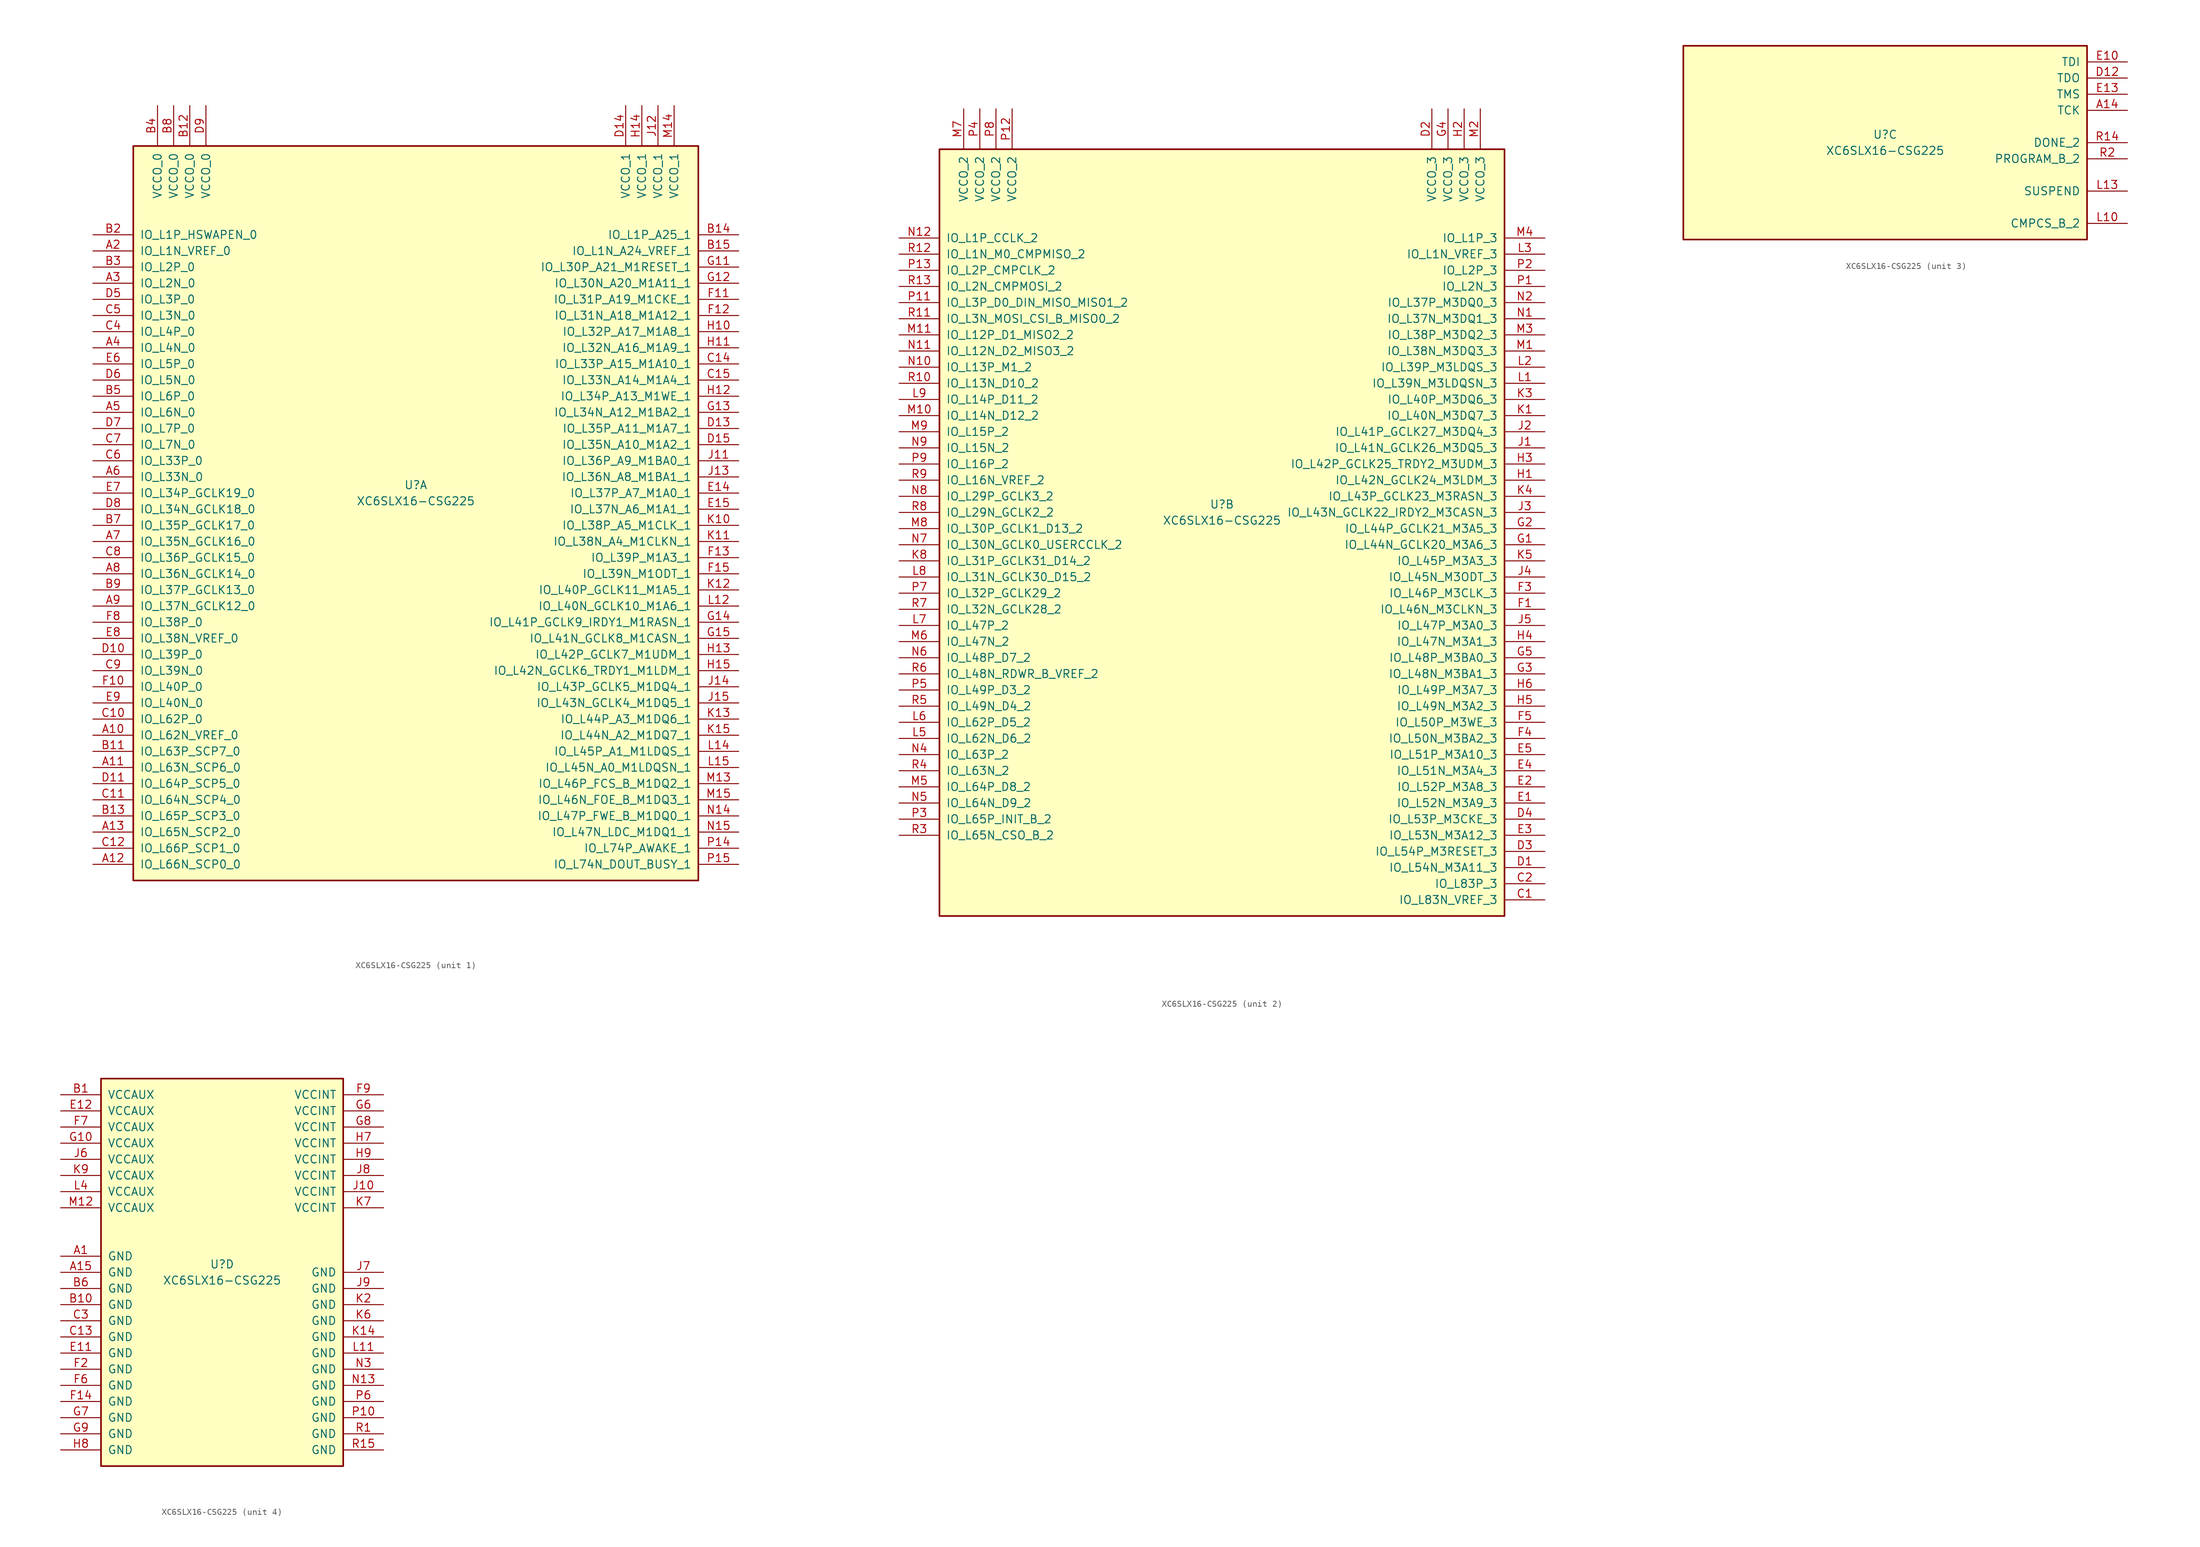
<source format=kicad_sym>
(kicad_symbol_lib
  (version 20201005)
  (generator kicad_symbol_editor)
  (symbol "XC6SLX16-CSG225"
    (pin_names
      (offset 1.016))
    (property "Reference" "U"
      (at 0 1.27 0)
      (effects (font (size 1.27 1.27))))
    (property "Value" "XC6SLX16-CSG225"
      (at 0 -1.27 0)
      (effects (font (size 1.27 1.27))))
    (property "Datasheet" ""
      (at 0 0 0)
      (effects (font (size 1.27 1.27))))
    (property "ki_locked" ""
      (at 0 0 0)
      (effects (font (size 1.27 1.27))))
    (symbol "XC6SLX16-CSG225_1_1"
      (rectangle (start -44.45 54.61) (end 44.45 -60.96) (stroke (width 0.254)) (fill (type background)))
      (pin bidirectional line (at -50.8 -38.1 0) (length 6.35) (name "IO_L62N_VREF_0" (effects (font (size 1.27 1.27)))) (number "A10" (effects (font (size 1.27 1.27)))))
      (pin bidirectional line (at -50.8 -43.18 0) (length 6.35) (name "IO_L63N_SCP6_0" (effects (font (size 1.27 1.27)))) (number "A11" (effects (font (size 1.27 1.27)))))
      (pin bidirectional line (at -50.8 -58.42 0) (length 6.35) (name "IO_L66N_SCP0_0" (effects (font (size 1.27 1.27)))) (number "A12" (effects (font (size 1.27 1.27)))))
      (pin bidirectional line (at -50.8 -53.34 0) (length 6.35) (name "IO_L65N_SCP2_0" (effects (font (size 1.27 1.27)))) (number "A13" (effects (font (size 1.27 1.27)))))
      (pin bidirectional line (at -50.8 38.1 0) (length 6.35) (name "IO_L1N_VREF_0" (effects (font (size 1.27 1.27)))) (number "A2" (effects (font (size 1.27 1.27)))))
      (pin bidirectional line (at -50.8 33.02 0) (length 6.35) (name "IO_L2N_0" (effects (font (size 1.27 1.27)))) (number "A3" (effects (font (size 1.27 1.27)))))
      (pin bidirectional line (at -50.8 22.86 0) (length 6.35) (name "IO_L4N_0" (effects (font (size 1.27 1.27)))) (number "A4" (effects (font (size 1.27 1.27)))))
      (pin bidirectional line (at -50.8 12.7 0) (length 6.35) (name "IO_L6N_0" (effects (font (size 1.27 1.27)))) (number "A5" (effects (font (size 1.27 1.27)))))
      (pin bidirectional line (at -50.8 2.54 0) (length 6.35) (name "IO_L33N_0" (effects (font (size 1.27 1.27)))) (number "A6" (effects (font (size 1.27 1.27)))))
      (pin bidirectional line (at -50.8 -7.62 0) (length 6.35) (name "IO_L35N_GCLK16_0" (effects (font (size 1.27 1.27)))) (number "A7" (effects (font (size 1.27 1.27)))))
      (pin bidirectional line (at -50.8 -12.7 0) (length 6.35) (name "IO_L36N_GCLK14_0" (effects (font (size 1.27 1.27)))) (number "A8" (effects (font (size 1.27 1.27)))))
      (pin bidirectional line (at -50.8 -17.78 0) (length 6.35) (name "IO_L37N_GCLK12_0" (effects (font (size 1.27 1.27)))) (number "A9" (effects (font (size 1.27 1.27)))))
      (pin bidirectional line (at -50.8 -40.64 0) (length 6.35) (name "IO_L63P_SCP7_0" (effects (font (size 1.27 1.27)))) (number "B11" (effects (font (size 1.27 1.27)))))
      (pin power_in line (at -35.56 60.96 270) (length 6.35) (name "VCCO_0" (effects (font (size 1.27 1.27)))) (number "B12" (effects (font (size 1.27 1.27)))))
      (pin bidirectional line (at -50.8 -50.8 0) (length 6.35) (name "IO_L65P_SCP3_0" (effects (font (size 1.27 1.27)))) (number "B13" (effects (font (size 1.27 1.27)))))
      (pin bidirectional line (at 50.8 40.64 180) (length 6.35) (name "IO_L1P_A25_1" (effects (font (size 1.27 1.27)))) (number "B14" (effects (font (size 1.27 1.27)))))
      (pin bidirectional line (at 50.8 38.1 180) (length 6.35) (name "IO_L1N_A24_VREF_1" (effects (font (size 1.27 1.27)))) (number "B15" (effects (font (size 1.27 1.27)))))
      (pin bidirectional line (at -50.8 40.64 0) (length 6.35) (name "IO_L1P_HSWAPEN_0" (effects (font (size 1.27 1.27)))) (number "B2" (effects (font (size 1.27 1.27)))))
      (pin bidirectional line (at -50.8 35.56 0) (length 6.35) (name "IO_L2P_0" (effects (font (size 1.27 1.27)))) (number "B3" (effects (font (size 1.27 1.27)))))
      (pin power_in line (at -40.64 60.96 270) (length 6.35) (name "VCCO_0" (effects (font (size 1.27 1.27)))) (number "B4" (effects (font (size 1.27 1.27)))))
      (pin bidirectional line (at -50.8 15.24 0) (length 6.35) (name "IO_L6P_0" (effects (font (size 1.27 1.27)))) (number "B5" (effects (font (size 1.27 1.27)))))
      (pin bidirectional line (at -50.8 -5.08 0) (length 6.35) (name "IO_L35P_GCLK17_0" (effects (font (size 1.27 1.27)))) (number "B7" (effects (font (size 1.27 1.27)))))
      (pin power_in line (at -38.1 60.96 270) (length 6.35) (name "VCCO_0" (effects (font (size 1.27 1.27)))) (number "B8" (effects (font (size 1.27 1.27)))))
      (pin bidirectional line (at -50.8 -15.24 0) (length 6.35) (name "IO_L37P_GCLK13_0" (effects (font (size 1.27 1.27)))) (number "B9" (effects (font (size 1.27 1.27)))))
      (pin bidirectional line (at -50.8 -35.56 0) (length 6.35) (name "IO_L62P_0" (effects (font (size 1.27 1.27)))) (number "C10" (effects (font (size 1.27 1.27)))))
      (pin bidirectional line (at -50.8 -48.26 0) (length 6.35) (name "IO_L64N_SCP4_0" (effects (font (size 1.27 1.27)))) (number "C11" (effects (font (size 1.27 1.27)))))
      (pin bidirectional line (at -50.8 -55.88 0) (length 6.35) (name "IO_L66P_SCP1_0" (effects (font (size 1.27 1.27)))) (number "C12" (effects (font (size 1.27 1.27)))))
      (pin bidirectional line (at 50.8 20.32 180) (length 6.35) (name "IO_L33P_A15_M1A10_1" (effects (font (size 1.27 1.27)))) (number "C14" (effects (font (size 1.27 1.27)))))
      (pin bidirectional line (at 50.8 17.78 180) (length 6.35) (name "IO_L33N_A14_M1A4_1" (effects (font (size 1.27 1.27)))) (number "C15" (effects (font (size 1.27 1.27)))))
      (pin bidirectional line (at -50.8 25.4 0) (length 6.35) (name "IO_L4P_0" (effects (font (size 1.27 1.27)))) (number "C4" (effects (font (size 1.27 1.27)))))
      (pin bidirectional line (at -50.8 27.94 0) (length 6.35) (name "IO_L3N_0" (effects (font (size 1.27 1.27)))) (number "C5" (effects (font (size 1.27 1.27)))))
      (pin bidirectional line (at -50.8 5.08 0) (length 6.35) (name "IO_L33P_0" (effects (font (size 1.27 1.27)))) (number "C6" (effects (font (size 1.27 1.27)))))
      (pin bidirectional line (at -50.8 7.62 0) (length 6.35) (name "IO_L7N_0" (effects (font (size 1.27 1.27)))) (number "C7" (effects (font (size 1.27 1.27)))))
      (pin bidirectional line (at -50.8 -10.16 0) (length 6.35) (name "IO_L36P_GCLK15_0" (effects (font (size 1.27 1.27)))) (number "C8" (effects (font (size 1.27 1.27)))))
      (pin bidirectional line (at -50.8 -27.94 0) (length 6.35) (name "IO_L39N_0" (effects (font (size 1.27 1.27)))) (number "C9" (effects (font (size 1.27 1.27)))))
      (pin bidirectional line (at -50.8 -25.4 0) (length 6.35) (name "IO_L39P_0" (effects (font (size 1.27 1.27)))) (number "D10" (effects (font (size 1.27 1.27)))))
      (pin bidirectional line (at -50.8 -45.72 0) (length 6.35) (name "IO_L64P_SCP5_0" (effects (font (size 1.27 1.27)))) (number "D11" (effects (font (size 1.27 1.27)))))
      (pin bidirectional line (at 50.8 10.16 180) (length 6.35) (name "IO_L35P_A11_M1A7_1" (effects (font (size 1.27 1.27)))) (number "D13" (effects (font (size 1.27 1.27)))))
      (pin power_in line (at 33.02 60.96 270) (length 6.35) (name "VCCO_1" (effects (font (size 1.27 1.27)))) (number "D14" (effects (font (size 1.27 1.27)))))
      (pin bidirectional line (at 50.8 7.62 180) (length 6.35) (name "IO_L35N_A10_M1A2_1" (effects (font (size 1.27 1.27)))) (number "D15" (effects (font (size 1.27 1.27)))))
      (pin bidirectional line (at -50.8 30.48 0) (length 6.35) (name "IO_L3P_0" (effects (font (size 1.27 1.27)))) (number "D5" (effects (font (size 1.27 1.27)))))
      (pin bidirectional line (at -50.8 17.78 0) (length 6.35) (name "IO_L5N_0" (effects (font (size 1.27 1.27)))) (number "D6" (effects (font (size 1.27 1.27)))))
      (pin bidirectional line (at -50.8 10.16 0) (length 6.35) (name "IO_L7P_0" (effects (font (size 1.27 1.27)))) (number "D7" (effects (font (size 1.27 1.27)))))
      (pin bidirectional line (at -50.8 -2.54 0) (length 6.35) (name "IO_L34N_GCLK18_0" (effects (font (size 1.27 1.27)))) (number "D8" (effects (font (size 1.27 1.27)))))
      (pin power_in line (at -33.02 60.96 270) (length 6.35) (name "VCCO_0" (effects (font (size 1.27 1.27)))) (number "D9" (effects (font (size 1.27 1.27)))))
      (pin bidirectional line (at 50.8 0 180) (length 6.35) (name "IO_L37P_A7_M1A0_1" (effects (font (size 1.27 1.27)))) (number "E14" (effects (font (size 1.27 1.27)))))
      (pin bidirectional line (at 50.8 -2.54 180) (length 6.35) (name "IO_L37N_A6_M1A1_1" (effects (font (size 1.27 1.27)))) (number "E15" (effects (font (size 1.27 1.27)))))
      (pin bidirectional line (at -50.8 20.32 0) (length 6.35) (name "IO_L5P_0" (effects (font (size 1.27 1.27)))) (number "E6" (effects (font (size 1.27 1.27)))))
      (pin bidirectional line (at -50.8 0 0) (length 6.35) (name "IO_L34P_GCLK19_0" (effects (font (size 1.27 1.27)))) (number "E7" (effects (font (size 1.27 1.27)))))
      (pin bidirectional line (at -50.8 -22.86 0) (length 6.35) (name "IO_L38N_VREF_0" (effects (font (size 1.27 1.27)))) (number "E8" (effects (font (size 1.27 1.27)))))
      (pin bidirectional line (at -50.8 -33.02 0) (length 6.35) (name "IO_L40N_0" (effects (font (size 1.27 1.27)))) (number "E9" (effects (font (size 1.27 1.27)))))
      (pin bidirectional line (at -50.8 -30.48 0) (length 6.35) (name "IO_L40P_0" (effects (font (size 1.27 1.27)))) (number "F10" (effects (font (size 1.27 1.27)))))
      (pin bidirectional line (at 50.8 30.48 180) (length 6.35) (name "IO_L31P_A19_M1CKE_1" (effects (font (size 1.27 1.27)))) (number "F11" (effects (font (size 1.27 1.27)))))
      (pin bidirectional line (at 50.8 27.94 180) (length 6.35) (name "IO_L31N_A18_M1A12_1" (effects (font (size 1.27 1.27)))) (number "F12" (effects (font (size 1.27 1.27)))))
      (pin bidirectional line (at 50.8 -10.16 180) (length 6.35) (name "IO_L39P_M1A3_1" (effects (font (size 1.27 1.27)))) (number "F13" (effects (font (size 1.27 1.27)))))
      (pin bidirectional line (at 50.8 -12.7 180) (length 6.35) (name "IO_L39N_M1ODT_1" (effects (font (size 1.27 1.27)))) (number "F15" (effects (font (size 1.27 1.27)))))
      (pin bidirectional line (at -50.8 -20.32 0) (length 6.35) (name "IO_L38P_0" (effects (font (size 1.27 1.27)))) (number "F8" (effects (font (size 1.27 1.27)))))
      (pin bidirectional line (at 50.8 35.56 180) (length 6.35) (name "IO_L30P_A21_M1RESET_1" (effects (font (size 1.27 1.27)))) (number "G11" (effects (font (size 1.27 1.27)))))
      (pin bidirectional line (at 50.8 33.02 180) (length 6.35) (name "IO_L30N_A20_M1A11_1" (effects (font (size 1.27 1.27)))) (number "G12" (effects (font (size 1.27 1.27)))))
      (pin bidirectional line (at 50.8 12.7 180) (length 6.35) (name "IO_L34N_A12_M1BA2_1" (effects (font (size 1.27 1.27)))) (number "G13" (effects (font (size 1.27 1.27)))))
      (pin bidirectional line (at 50.8 -20.32 180) (length 6.35) (name "IO_L41P_GCLK9_IRDY1_M1RASN_1" (effects (font (size 1.27 1.27)))) (number "G14" (effects (font (size 1.27 1.27)))))
      (pin bidirectional line (at 50.8 -22.86 180) (length 6.35) (name "IO_L41N_GCLK8_M1CASN_1" (effects (font (size 1.27 1.27)))) (number "G15" (effects (font (size 1.27 1.27)))))
      (pin bidirectional line (at 50.8 25.4 180) (length 6.35) (name "IO_L32P_A17_M1A8_1" (effects (font (size 1.27 1.27)))) (number "H10" (effects (font (size 1.27 1.27)))))
      (pin bidirectional line (at 50.8 22.86 180) (length 6.35) (name "IO_L32N_A16_M1A9_1" (effects (font (size 1.27 1.27)))) (number "H11" (effects (font (size 1.27 1.27)))))
      (pin bidirectional line (at 50.8 15.24 180) (length 6.35) (name "IO_L34P_A13_M1WE_1" (effects (font (size 1.27 1.27)))) (number "H12" (effects (font (size 1.27 1.27)))))
      (pin bidirectional line (at 50.8 -25.4 180) (length 6.35) (name "IO_L42P_GCLK7_M1UDM_1" (effects (font (size 1.27 1.27)))) (number "H13" (effects (font (size 1.27 1.27)))))
      (pin power_in line (at 35.56 60.96 270) (length 6.35) (name "VCCO_1" (effects (font (size 1.27 1.27)))) (number "H14" (effects (font (size 1.27 1.27)))))
      (pin bidirectional line (at 50.8 -27.94 180) (length 6.35) (name "IO_L42N_GCLK6_TRDY1_M1LDM_1" (effects (font (size 1.27 1.27)))) (number "H15" (effects (font (size 1.27 1.27)))))
      (pin bidirectional line (at 50.8 5.08 180) (length 6.35) (name "IO_L36P_A9_M1BA0_1" (effects (font (size 1.27 1.27)))) (number "J11" (effects (font (size 1.27 1.27)))))
      (pin power_in line (at 38.1 60.96 270) (length 6.35) (name "VCCO_1" (effects (font (size 1.27 1.27)))) (number "J12" (effects (font (size 1.27 1.27)))))
      (pin bidirectional line (at 50.8 2.54 180) (length 6.35) (name "IO_L36N_A8_M1BA1_1" (effects (font (size 1.27 1.27)))) (number "J13" (effects (font (size 1.27 1.27)))))
      (pin bidirectional line (at 50.8 -30.48 180) (length 6.35) (name "IO_L43P_GCLK5_M1DQ4_1" (effects (font (size 1.27 1.27)))) (number "J14" (effects (font (size 1.27 1.27)))))
      (pin bidirectional line (at 50.8 -33.02 180) (length 6.35) (name "IO_L43N_GCLK4_M1DQ5_1" (effects (font (size 1.27 1.27)))) (number "J15" (effects (font (size 1.27 1.27)))))
      (pin bidirectional line (at 50.8 -5.08 180) (length 6.35) (name "IO_L38P_A5_M1CLK_1" (effects (font (size 1.27 1.27)))) (number "K10" (effects (font (size 1.27 1.27)))))
      (pin bidirectional line (at 50.8 -7.62 180) (length 6.35) (name "IO_L38N_A4_M1CLKN_1" (effects (font (size 1.27 1.27)))) (number "K11" (effects (font (size 1.27 1.27)))))
      (pin bidirectional line (at 50.8 -15.24 180) (length 6.35) (name "IO_L40P_GCLK11_M1A5_1" (effects (font (size 1.27 1.27)))) (number "K12" (effects (font (size 1.27 1.27)))))
      (pin bidirectional line (at 50.8 -35.56 180) (length 6.35) (name "IO_L44P_A3_M1DQ6_1" (effects (font (size 1.27 1.27)))) (number "K13" (effects (font (size 1.27 1.27)))))
      (pin bidirectional line (at 50.8 -38.1 180) (length 6.35) (name "IO_L44N_A2_M1DQ7_1" (effects (font (size 1.27 1.27)))) (number "K15" (effects (font (size 1.27 1.27)))))
      (pin bidirectional line (at 50.8 -17.78 180) (length 6.35) (name "IO_L40N_GCLK10_M1A6_1" (effects (font (size 1.27 1.27)))) (number "L12" (effects (font (size 1.27 1.27)))))
      (pin bidirectional line (at 50.8 -40.64 180) (length 6.35) (name "IO_L45P_A1_M1LDQS_1" (effects (font (size 1.27 1.27)))) (number "L14" (effects (font (size 1.27 1.27)))))
      (pin bidirectional line (at 50.8 -43.18 180) (length 6.35) (name "IO_L45N_A0_M1LDQSN_1" (effects (font (size 1.27 1.27)))) (number "L15" (effects (font (size 1.27 1.27)))))
      (pin bidirectional line (at 50.8 -45.72 180) (length 6.35) (name "IO_L46P_FCS_B_M1DQ2_1" (effects (font (size 1.27 1.27)))) (number "M13" (effects (font (size 1.27 1.27)))))
      (pin power_in line (at 40.64 60.96 270) (length 6.35) (name "VCCO_1" (effects (font (size 1.27 1.27)))) (number "M14" (effects (font (size 1.27 1.27)))))
      (pin bidirectional line (at 50.8 -48.26 180) (length 6.35) (name "IO_L46N_FOE_B_M1DQ3_1" (effects (font (size 1.27 1.27)))) (number "M15" (effects (font (size 1.27 1.27)))))
      (pin bidirectional line (at 50.8 -50.8 180) (length 6.35) (name "IO_L47P_FWE_B_M1DQ0_1" (effects (font (size 1.27 1.27)))) (number "N14" (effects (font (size 1.27 1.27)))))
      (pin bidirectional line (at 50.8 -53.34 180) (length 6.35) (name "IO_L47N_LDC_M1DQ1_1" (effects (font (size 1.27 1.27)))) (number "N15" (effects (font (size 1.27 1.27)))))
      (pin bidirectional line (at 50.8 -55.88 180) (length 6.35) (name "IO_L74P_AWAKE_1" (effects (font (size 1.27 1.27)))) (number "P14" (effects (font (size 1.27 1.27)))))
      (pin bidirectional line (at 50.8 -58.42 180) (length 6.35) (name "IO_L74N_DOUT_BUSY_1" (effects (font (size 1.27 1.27)))) (number "P15" (effects (font (size 1.27 1.27))))))
    (symbol "XC6SLX16-CSG225_2_1"
      (rectangle (start -44.45 57.15) (end 44.45 -63.5) (stroke (width 0.254)) (fill (type background)))
      (pin bidirectional line (at 50.8 -60.96 180) (length 6.35) (name "IO_L83N_VREF_3" (effects (font (size 1.27 1.27)))) (number "C1" (effects (font (size 1.27 1.27)))))
      (pin bidirectional line (at 50.8 -58.42 180) (length 6.35) (name "IO_L83P_3" (effects (font (size 1.27 1.27)))) (number "C2" (effects (font (size 1.27 1.27)))))
      (pin bidirectional line (at 50.8 -55.88 180) (length 6.35) (name "IO_L54N_M3A11_3" (effects (font (size 1.27 1.27)))) (number "D1" (effects (font (size 1.27 1.27)))))
      (pin power_in line (at 33.02 63.5 270) (length 6.35) (name "VCCO_3" (effects (font (size 1.27 1.27)))) (number "D2" (effects (font (size 1.27 1.27)))))
      (pin bidirectional line (at 50.8 -53.34 180) (length 6.35) (name "IO_L54P_M3RESET_3" (effects (font (size 1.27 1.27)))) (number "D3" (effects (font (size 1.27 1.27)))))
      (pin bidirectional line (at 50.8 -48.26 180) (length 6.35) (name "IO_L53P_M3CKE_3" (effects (font (size 1.27 1.27)))) (number "D4" (effects (font (size 1.27 1.27)))))
      (pin bidirectional line (at 50.8 -45.72 180) (length 6.35) (name "IO_L52N_M3A9_3" (effects (font (size 1.27 1.27)))) (number "E1" (effects (font (size 1.27 1.27)))))
      (pin bidirectional line (at 50.8 -43.18 180) (length 6.35) (name "IO_L52P_M3A8_3" (effects (font (size 1.27 1.27)))) (number "E2" (effects (font (size 1.27 1.27)))))
      (pin bidirectional line (at 50.8 -50.8 180) (length 6.35) (name "IO_L53N_M3A12_3" (effects (font (size 1.27 1.27)))) (number "E3" (effects (font (size 1.27 1.27)))))
      (pin bidirectional line (at 50.8 -40.64 180) (length 6.35) (name "IO_L51N_M3A4_3" (effects (font (size 1.27 1.27)))) (number "E4" (effects (font (size 1.27 1.27)))))
      (pin bidirectional line (at 50.8 -38.1 180) (length 6.35) (name "IO_L51P_M3A10_3" (effects (font (size 1.27 1.27)))) (number "E5" (effects (font (size 1.27 1.27)))))
      (pin bidirectional line (at 50.8 -15.24 180) (length 6.35) (name "IO_L46N_M3CLKN_3" (effects (font (size 1.27 1.27)))) (number "F1" (effects (font (size 1.27 1.27)))))
      (pin bidirectional line (at 50.8 -12.7 180) (length 6.35) (name "IO_L46P_M3CLK_3" (effects (font (size 1.27 1.27)))) (number "F3" (effects (font (size 1.27 1.27)))))
      (pin bidirectional line (at 50.8 -35.56 180) (length 6.35) (name "IO_L50N_M3BA2_3" (effects (font (size 1.27 1.27)))) (number "F4" (effects (font (size 1.27 1.27)))))
      (pin bidirectional line (at 50.8 -33.02 180) (length 6.35) (name "IO_L50P_M3WE_3" (effects (font (size 1.27 1.27)))) (number "F5" (effects (font (size 1.27 1.27)))))
      (pin bidirectional line (at 50.8 -5.08 180) (length 6.35) (name "IO_L44N_GCLK20_M3A6_3" (effects (font (size 1.27 1.27)))) (number "G1" (effects (font (size 1.27 1.27)))))
      (pin bidirectional line (at 50.8 -2.54 180) (length 6.35) (name "IO_L44P_GCLK21_M3A5_3" (effects (font (size 1.27 1.27)))) (number "G2" (effects (font (size 1.27 1.27)))))
      (pin bidirectional line (at 50.8 -25.4 180) (length 6.35) (name "IO_L48N_M3BA1_3" (effects (font (size 1.27 1.27)))) (number "G3" (effects (font (size 1.27 1.27)))))
      (pin power_in line (at 35.56 63.5 270) (length 6.35) (name "VCCO_3" (effects (font (size 1.27 1.27)))) (number "G4" (effects (font (size 1.27 1.27)))))
      (pin bidirectional line (at 50.8 -22.86 180) (length 6.35) (name "IO_L48P_M3BA0_3" (effects (font (size 1.27 1.27)))) (number "G5" (effects (font (size 1.27 1.27)))))
      (pin bidirectional line (at 50.8 5.08 180) (length 6.35) (name "IO_L42N_GCLK24_M3LDM_3" (effects (font (size 1.27 1.27)))) (number "H1" (effects (font (size 1.27 1.27)))))
      (pin power_in line (at 38.1 63.5 270) (length 6.35) (name "VCCO_3" (effects (font (size 1.27 1.27)))) (number "H2" (effects (font (size 1.27 1.27)))))
      (pin bidirectional line (at 50.8 7.62 180) (length 6.35) (name "IO_L42P_GCLK25_TRDY2_M3UDM_3" (effects (font (size 1.27 1.27)))) (number "H3" (effects (font (size 1.27 1.27)))))
      (pin bidirectional line (at 50.8 -20.32 180) (length 6.35) (name "IO_L47N_M3A1_3" (effects (font (size 1.27 1.27)))) (number "H4" (effects (font (size 1.27 1.27)))))
      (pin bidirectional line (at 50.8 -30.48 180) (length 6.35) (name "IO_L49N_M3A2_3" (effects (font (size 1.27 1.27)))) (number "H5" (effects (font (size 1.27 1.27)))))
      (pin bidirectional line (at 50.8 -27.94 180) (length 6.35) (name "IO_L49P_M3A7_3" (effects (font (size 1.27 1.27)))) (number "H6" (effects (font (size 1.27 1.27)))))
      (pin bidirectional line (at 50.8 10.16 180) (length 6.35) (name "IO_L41N_GCLK26_M3DQ5_3" (effects (font (size 1.27 1.27)))) (number "J1" (effects (font (size 1.27 1.27)))))
      (pin bidirectional line (at 50.8 12.7 180) (length 6.35) (name "IO_L41P_GCLK27_M3DQ4_3" (effects (font (size 1.27 1.27)))) (number "J2" (effects (font (size 1.27 1.27)))))
      (pin bidirectional line (at 50.8 0 180) (length 6.35) (name "IO_L43N_GCLK22_IRDY2_M3CASN_3" (effects (font (size 1.27 1.27)))) (number "J3" (effects (font (size 1.27 1.27)))))
      (pin bidirectional line (at 50.8 -10.16 180) (length 6.35) (name "IO_L45N_M3ODT_3" (effects (font (size 1.27 1.27)))) (number "J4" (effects (font (size 1.27 1.27)))))
      (pin bidirectional line (at 50.8 -17.78 180) (length 6.35) (name "IO_L47P_M3A0_3" (effects (font (size 1.27 1.27)))) (number "J5" (effects (font (size 1.27 1.27)))))
      (pin bidirectional line (at 50.8 15.24 180) (length 6.35) (name "IO_L40N_M3DQ7_3" (effects (font (size 1.27 1.27)))) (number "K1" (effects (font (size 1.27 1.27)))))
      (pin bidirectional line (at 50.8 17.78 180) (length 6.35) (name "IO_L40P_M3DQ6_3" (effects (font (size 1.27 1.27)))) (number "K3" (effects (font (size 1.27 1.27)))))
      (pin bidirectional line (at 50.8 2.54 180) (length 6.35) (name "IO_L43P_GCLK23_M3RASN_3" (effects (font (size 1.27 1.27)))) (number "K4" (effects (font (size 1.27 1.27)))))
      (pin bidirectional line (at 50.8 -7.62 180) (length 6.35) (name "IO_L45P_M3A3_3" (effects (font (size 1.27 1.27)))) (number "K5" (effects (font (size 1.27 1.27)))))
      (pin bidirectional line (at -50.8 -7.62 0) (length 6.35) (name "IO_L31P_GCLK31_D14_2" (effects (font (size 1.27 1.27)))) (number "K8" (effects (font (size 1.27 1.27)))))
      (pin bidirectional line (at 50.8 20.32 180) (length 6.35) (name "IO_L39N_M3LDQSN_3" (effects (font (size 1.27 1.27)))) (number "L1" (effects (font (size 1.27 1.27)))))
      (pin bidirectional line (at 50.8 22.86 180) (length 6.35) (name "IO_L39P_M3LDQS_3" (effects (font (size 1.27 1.27)))) (number "L2" (effects (font (size 1.27 1.27)))))
      (pin bidirectional line (at 50.8 40.64 180) (length 6.35) (name "IO_L1N_VREF_3" (effects (font (size 1.27 1.27)))) (number "L3" (effects (font (size 1.27 1.27)))))
      (pin bidirectional line (at -50.8 -35.56 0) (length 6.35) (name "IO_L62N_D6_2" (effects (font (size 1.27 1.27)))) (number "L5" (effects (font (size 1.27 1.27)))))
      (pin bidirectional line (at -50.8 -33.02 0) (length 6.35) (name "IO_L62P_D5_2" (effects (font (size 1.27 1.27)))) (number "L6" (effects (font (size 1.27 1.27)))))
      (pin bidirectional line (at -50.8 -17.78 0) (length 6.35) (name "IO_L47P_2" (effects (font (size 1.27 1.27)))) (number "L7" (effects (font (size 1.27 1.27)))))
      (pin bidirectional line (at -50.8 -10.16 0) (length 6.35) (name "IO_L31N_GCLK30_D15_2" (effects (font (size 1.27 1.27)))) (number "L8" (effects (font (size 1.27 1.27)))))
      (pin bidirectional line (at -50.8 17.78 0) (length 6.35) (name "IO_L14P_D11_2" (effects (font (size 1.27 1.27)))) (number "L9" (effects (font (size 1.27 1.27)))))
      (pin bidirectional line (at 50.8 25.4 180) (length 6.35) (name "IO_L38N_M3DQ3_3" (effects (font (size 1.27 1.27)))) (number "M1" (effects (font (size 1.27 1.27)))))
      (pin bidirectional line (at -50.8 15.24 0) (length 6.35) (name "IO_L14N_D12_2" (effects (font (size 1.27 1.27)))) (number "M10" (effects (font (size 1.27 1.27)))))
      (pin bidirectional line (at -50.8 27.94 0) (length 6.35) (name "IO_L12P_D1_MISO2_2" (effects (font (size 1.27 1.27)))) (number "M11" (effects (font (size 1.27 1.27)))))
      (pin power_in line (at 40.64 63.5 270) (length 6.35) (name "VCCO_3" (effects (font (size 1.27 1.27)))) (number "M2" (effects (font (size 1.27 1.27)))))
      (pin bidirectional line (at 50.8 27.94 180) (length 6.35) (name "IO_L38P_M3DQ2_3" (effects (font (size 1.27 1.27)))) (number "M3" (effects (font (size 1.27 1.27)))))
      (pin bidirectional line (at 50.8 43.18 180) (length 6.35) (name "IO_L1P_3" (effects (font (size 1.27 1.27)))) (number "M4" (effects (font (size 1.27 1.27)))))
      (pin bidirectional line (at -50.8 -43.18 0) (length 6.35) (name "IO_L64P_D8_2" (effects (font (size 1.27 1.27)))) (number "M5" (effects (font (size 1.27 1.27)))))
      (pin bidirectional line (at -50.8 -20.32 0) (length 6.35) (name "IO_L47N_2" (effects (font (size 1.27 1.27)))) (number "M6" (effects (font (size 1.27 1.27)))))
      (pin power_in line (at -40.64 63.5 270) (length 6.35) (name "VCCO_2" (effects (font (size 1.27 1.27)))) (number "M7" (effects (font (size 1.27 1.27)))))
      (pin bidirectional line (at -50.8 -2.54 0) (length 6.35) (name "IO_L30P_GCLK1_D13_2" (effects (font (size 1.27 1.27)))) (number "M8" (effects (font (size 1.27 1.27)))))
      (pin bidirectional line (at -50.8 12.7 0) (length 6.35) (name "IO_L15P_2" (effects (font (size 1.27 1.27)))) (number "M9" (effects (font (size 1.27 1.27)))))
      (pin bidirectional line (at 50.8 30.48 180) (length 6.35) (name "IO_L37N_M3DQ1_3" (effects (font (size 1.27 1.27)))) (number "N1" (effects (font (size 1.27 1.27)))))
      (pin bidirectional line (at -50.8 22.86 0) (length 6.35) (name "IO_L13P_M1_2" (effects (font (size 1.27 1.27)))) (number "N10" (effects (font (size 1.27 1.27)))))
      (pin bidirectional line (at -50.8 25.4 0) (length 6.35) (name "IO_L12N_D2_MISO3_2" (effects (font (size 1.27 1.27)))) (number "N11" (effects (font (size 1.27 1.27)))))
      (pin bidirectional line (at -50.8 43.18 0) (length 6.35) (name "IO_L1P_CCLK_2" (effects (font (size 1.27 1.27)))) (number "N12" (effects (font (size 1.27 1.27)))))
      (pin bidirectional line (at 50.8 33.02 180) (length 6.35) (name "IO_L37P_M3DQ0_3" (effects (font (size 1.27 1.27)))) (number "N2" (effects (font (size 1.27 1.27)))))
      (pin bidirectional line (at -50.8 -38.1 0) (length 6.35) (name "IO_L63P_2" (effects (font (size 1.27 1.27)))) (number "N4" (effects (font (size 1.27 1.27)))))
      (pin bidirectional line (at -50.8 -45.72 0) (length 6.35) (name "IO_L64N_D9_2" (effects (font (size 1.27 1.27)))) (number "N5" (effects (font (size 1.27 1.27)))))
      (pin bidirectional line (at -50.8 -22.86 0) (length 6.35) (name "IO_L48P_D7_2" (effects (font (size 1.27 1.27)))) (number "N6" (effects (font (size 1.27 1.27)))))
      (pin bidirectional line (at -50.8 -5.08 0) (length 6.35) (name "IO_L30N_GCLK0_USERCCLK_2" (effects (font (size 1.27 1.27)))) (number "N7" (effects (font (size 1.27 1.27)))))
      (pin bidirectional line (at -50.8 2.54 0) (length 6.35) (name "IO_L29P_GCLK3_2" (effects (font (size 1.27 1.27)))) (number "N8" (effects (font (size 1.27 1.27)))))
      (pin bidirectional line (at -50.8 10.16 0) (length 6.35) (name "IO_L15N_2" (effects (font (size 1.27 1.27)))) (number "N9" (effects (font (size 1.27 1.27)))))
      (pin bidirectional line (at 50.8 35.56 180) (length 6.35) (name "IO_L2N_3" (effects (font (size 1.27 1.27)))) (number "P1" (effects (font (size 1.27 1.27)))))
      (pin bidirectional line (at -50.8 33.02 0) (length 6.35) (name "IO_L3P_D0_DIN_MISO_MISO1_2" (effects (font (size 1.27 1.27)))) (number "P11" (effects (font (size 1.27 1.27)))))
      (pin power_in line (at -33.02 63.5 270) (length 6.35) (name "VCCO_2" (effects (font (size 1.27 1.27)))) (number "P12" (effects (font (size 1.27 1.27)))))
      (pin bidirectional line (at -50.8 38.1 0) (length 6.35) (name "IO_L2P_CMPCLK_2" (effects (font (size 1.27 1.27)))) (number "P13" (effects (font (size 1.27 1.27)))))
      (pin bidirectional line (at 50.8 38.1 180) (length 6.35) (name "IO_L2P_3" (effects (font (size 1.27 1.27)))) (number "P2" (effects (font (size 1.27 1.27)))))
      (pin bidirectional line (at -50.8 -48.26 0) (length 6.35) (name "IO_L65P_INIT_B_2" (effects (font (size 1.27 1.27)))) (number "P3" (effects (font (size 1.27 1.27)))))
      (pin power_in line (at -38.1 63.5 270) (length 6.35) (name "VCCO_2" (effects (font (size 1.27 1.27)))) (number "P4" (effects (font (size 1.27 1.27)))))
      (pin bidirectional line (at -50.8 -27.94 0) (length 6.35) (name "IO_L49P_D3_2" (effects (font (size 1.27 1.27)))) (number "P5" (effects (font (size 1.27 1.27)))))
      (pin bidirectional line (at -50.8 -12.7 0) (length 6.35) (name "IO_L32P_GCLK29_2" (effects (font (size 1.27 1.27)))) (number "P7" (effects (font (size 1.27 1.27)))))
      (pin power_in line (at -35.56 63.5 270) (length 6.35) (name "VCCO_2" (effects (font (size 1.27 1.27)))) (number "P8" (effects (font (size 1.27 1.27)))))
      (pin bidirectional line (at -50.8 7.62 0) (length 6.35) (name "IO_L16P_2" (effects (font (size 1.27 1.27)))) (number "P9" (effects (font (size 1.27 1.27)))))
      (pin bidirectional line (at -50.8 20.32 0) (length 6.35) (name "IO_L13N_D10_2" (effects (font (size 1.27 1.27)))) (number "R10" (effects (font (size 1.27 1.27)))))
      (pin bidirectional line (at -50.8 30.48 0) (length 6.35) (name "IO_L3N_MOSI_CSI_B_MISO0_2" (effects (font (size 1.27 1.27)))) (number "R11" (effects (font (size 1.27 1.27)))))
      (pin bidirectional line (at -50.8 40.64 0) (length 6.35) (name "IO_L1N_M0_CMPMISO_2" (effects (font (size 1.27 1.27)))) (number "R12" (effects (font (size 1.27 1.27)))))
      (pin bidirectional line (at -50.8 35.56 0) (length 6.35) (name "IO_L2N_CMPMOSI_2" (effects (font (size 1.27 1.27)))) (number "R13" (effects (font (size 1.27 1.27)))))
      (pin bidirectional line (at -50.8 -50.8 0) (length 6.35) (name "IO_L65N_CSO_B_2" (effects (font (size 1.27 1.27)))) (number "R3" (effects (font (size 1.27 1.27)))))
      (pin bidirectional line (at -50.8 -40.64 0) (length 6.35) (name "IO_L63N_2" (effects (font (size 1.27 1.27)))) (number "R4" (effects (font (size 1.27 1.27)))))
      (pin bidirectional line (at -50.8 -30.48 0) (length 6.35) (name "IO_L49N_D4_2" (effects (font (size 1.27 1.27)))) (number "R5" (effects (font (size 1.27 1.27)))))
      (pin bidirectional line (at -50.8 -25.4 0) (length 6.35) (name "IO_L48N_RDWR_B_VREF_2" (effects (font (size 1.27 1.27)))) (number "R6" (effects (font (size 1.27 1.27)))))
      (pin bidirectional line (at -50.8 -15.24 0) (length 6.35) (name "IO_L32N_GCLK28_2" (effects (font (size 1.27 1.27)))) (number "R7" (effects (font (size 1.27 1.27)))))
      (pin bidirectional line (at -50.8 0 0) (length 6.35) (name "IO_L29N_GCLK2_2" (effects (font (size 1.27 1.27)))) (number "R8" (effects (font (size 1.27 1.27)))))
      (pin bidirectional line (at -50.8 5.08 0) (length 6.35) (name "IO_L16N_VREF_2" (effects (font (size 1.27 1.27)))) (number "R9" (effects (font (size 1.27 1.27))))))
    (symbol "XC6SLX16-CSG225_3_1"
      (rectangle (start -31.75 15.24) (end 31.75 -15.24) (stroke (width 0.254)) (fill (type background)))
      (pin bidirectional line (at 38.1 5.08 180) (length 6.35) (name "TCK" (effects (font (size 1.27 1.27)))) (number "A14" (effects (font (size 1.27 1.27)))))
      (pin bidirectional line (at 38.1 10.16 180) (length 6.35) (name "TDO" (effects (font (size 1.27 1.27)))) (number "D12" (effects (font (size 1.27 1.27)))))
      (pin bidirectional line (at 38.1 12.7 180) (length 6.35) (name "TDI" (effects (font (size 1.27 1.27)))) (number "E10" (effects (font (size 1.27 1.27)))))
      (pin bidirectional line (at 38.1 7.62 180) (length 6.35) (name "TMS" (effects (font (size 1.27 1.27)))) (number "E13" (effects (font (size 1.27 1.27)))))
      (pin bidirectional line (at 38.1 -12.7 180) (length 6.35) (name "CMPCS_B_2" (effects (font (size 1.27 1.27)))) (number "L10" (effects (font (size 1.27 1.27)))))
      (pin bidirectional line (at 38.1 -7.62 180) (length 6.35) (name "SUSPEND" (effects (font (size 1.27 1.27)))) (number "L13" (effects (font (size 1.27 1.27)))))
      (pin bidirectional line (at 38.1 0 180) (length 6.35) (name "DONE_2" (effects (font (size 1.27 1.27)))) (number "R14" (effects (font (size 1.27 1.27)))))
      (pin bidirectional line (at 38.1 -2.54 180) (length 6.35) (name "PROGRAM_B_2" (effects (font (size 1.27 1.27)))) (number "R2" (effects (font (size 1.27 1.27))))))
    (symbol "XC6SLX16-CSG225_4_1"
      (rectangle (start -19.05 30.48) (end 19.05 -30.48) (stroke (width 0.254)) (fill (type background)))
      (pin power_in line (at -25.4 2.54 0) (length 6.35) (name "GND" (effects (font (size 1.27 1.27)))) (number "A1" (effects (font (size 1.27 1.27)))))
      (pin power_in line (at -25.4 0 0) (length 6.35) (name "GND" (effects (font (size 1.27 1.27)))) (number "A15" (effects (font (size 1.27 1.27)))))
      (pin power_in line (at -25.4 27.94 0) (length 6.35) (name "VCCAUX" (effects (font (size 1.27 1.27)))) (number "B1" (effects (font (size 1.27 1.27)))))
      (pin power_in line (at -25.4 -5.08 0) (length 6.35) (name "GND" (effects (font (size 1.27 1.27)))) (number "B10" (effects (font (size 1.27 1.27)))))
      (pin power_in line (at -25.4 -2.54 0) (length 6.35) (name "GND" (effects (font (size 1.27 1.27)))) (number "B6" (effects (font (size 1.27 1.27)))))
      (pin power_in line (at -25.4 -10.16 0) (length 6.35) (name "GND" (effects (font (size 1.27 1.27)))) (number "C13" (effects (font (size 1.27 1.27)))))
      (pin power_in line (at -25.4 -7.62 0) (length 6.35) (name "GND" (effects (font (size 1.27 1.27)))) (number "C3" (effects (font (size 1.27 1.27)))))
      (pin power_in line (at -25.4 -12.7 0) (length 6.35) (name "GND" (effects (font (size 1.27 1.27)))) (number "E11" (effects (font (size 1.27 1.27)))))
      (pin power_in line (at -25.4 25.4 0) (length 6.35) (name "VCCAUX" (effects (font (size 1.27 1.27)))) (number "E12" (effects (font (size 1.27 1.27)))))
      (pin power_in line (at -25.4 -20.32 0) (length 6.35) (name "GND" (effects (font (size 1.27 1.27)))) (number "F14" (effects (font (size 1.27 1.27)))))
      (pin power_in line (at -25.4 -15.24 0) (length 6.35) (name "GND" (effects (font (size 1.27 1.27)))) (number "F2" (effects (font (size 1.27 1.27)))))
      (pin power_in line (at -25.4 -17.78 0) (length 6.35) (name "GND" (effects (font (size 1.27 1.27)))) (number "F6" (effects (font (size 1.27 1.27)))))
      (pin power_in line (at -25.4 22.86 0) (length 6.35) (name "VCCAUX" (effects (font (size 1.27 1.27)))) (number "F7" (effects (font (size 1.27 1.27)))))
      (pin power_in line (at 25.4 27.94 180) (length 6.35) (name "VCCINT" (effects (font (size 1.27 1.27)))) (number "F9" (effects (font (size 1.27 1.27)))))
      (pin power_in line (at -25.4 20.32 0) (length 6.35) (name "VCCAUX" (effects (font (size 1.27 1.27)))) (number "G10" (effects (font (size 1.27 1.27)))))
      (pin power_in line (at 25.4 25.4 180) (length 6.35) (name "VCCINT" (effects (font (size 1.27 1.27)))) (number "G6" (effects (font (size 1.27 1.27)))))
      (pin power_in line (at -25.4 -22.86 0) (length 6.35) (name "GND" (effects (font (size 1.27 1.27)))) (number "G7" (effects (font (size 1.27 1.27)))))
      (pin power_in line (at 25.4 22.86 180) (length 6.35) (name "VCCINT" (effects (font (size 1.27 1.27)))) (number "G8" (effects (font (size 1.27 1.27)))))
      (pin power_in line (at -25.4 -25.4 0) (length 6.35) (name "GND" (effects (font (size 1.27 1.27)))) (number "G9" (effects (font (size 1.27 1.27)))))
      (pin power_in line (at 25.4 20.32 180) (length 6.35) (name "VCCINT" (effects (font (size 1.27 1.27)))) (number "H7" (effects (font (size 1.27 1.27)))))
      (pin power_in line (at -25.4 -27.94 0) (length 6.35) (name "GND" (effects (font (size 1.27 1.27)))) (number "H8" (effects (font (size 1.27 1.27)))))
      (pin power_in line (at 25.4 17.78 180) (length 6.35) (name "VCCINT" (effects (font (size 1.27 1.27)))) (number "H9" (effects (font (size 1.27 1.27)))))
      (pin power_in line (at 25.4 12.7 180) (length 6.35) (name "VCCINT" (effects (font (size 1.27 1.27)))) (number "J10" (effects (font (size 1.27 1.27)))))
      (pin power_in line (at -25.4 17.78 0) (length 6.35) (name "VCCAUX" (effects (font (size 1.27 1.27)))) (number "J6" (effects (font (size 1.27 1.27)))))
      (pin power_in line (at 25.4 0 180) (length 6.35) (name "GND" (effects (font (size 1.27 1.27)))) (number "J7" (effects (font (size 1.27 1.27)))))
      (pin power_in line (at 25.4 15.24 180) (length 6.35) (name "VCCINT" (effects (font (size 1.27 1.27)))) (number "J8" (effects (font (size 1.27 1.27)))))
      (pin power_in line (at 25.4 -2.54 180) (length 6.35) (name "GND" (effects (font (size 1.27 1.27)))) (number "J9" (effects (font (size 1.27 1.27)))))
      (pin power_in line (at 25.4 -10.16 180) (length 6.35) (name "GND" (effects (font (size 1.27 1.27)))) (number "K14" (effects (font (size 1.27 1.27)))))
      (pin power_in line (at 25.4 -5.08 180) (length 6.35) (name "GND" (effects (font (size 1.27 1.27)))) (number "K2" (effects (font (size 1.27 1.27)))))
      (pin power_in line (at 25.4 -7.62 180) (length 6.35) (name "GND" (effects (font (size 1.27 1.27)))) (number "K6" (effects (font (size 1.27 1.27)))))
      (pin power_in line (at 25.4 10.16 180) (length 6.35) (name "VCCINT" (effects (font (size 1.27 1.27)))) (number "K7" (effects (font (size 1.27 1.27)))))
      (pin power_in line (at -25.4 15.24 0) (length 6.35) (name "VCCAUX" (effects (font (size 1.27 1.27)))) (number "K9" (effects (font (size 1.27 1.27)))))
      (pin power_in line (at 25.4 -12.7 180) (length 6.35) (name "GND" (effects (font (size 1.27 1.27)))) (number "L11" (effects (font (size 1.27 1.27)))))
      (pin power_in line (at -25.4 12.7 0) (length 6.35) (name "VCCAUX" (effects (font (size 1.27 1.27)))) (number "L4" (effects (font (size 1.27 1.27)))))
      (pin power_in line (at -25.4 10.16 0) (length 6.35) (name "VCCAUX" (effects (font (size 1.27 1.27)))) (number "M12" (effects (font (size 1.27 1.27)))))
      (pin power_in line (at 25.4 -17.78 180) (length 6.35) (name "GND" (effects (font (size 1.27 1.27)))) (number "N13" (effects (font (size 1.27 1.27)))))
      (pin power_in line (at 25.4 -15.24 180) (length 6.35) (name "GND" (effects (font (size 1.27 1.27)))) (number "N3" (effects (font (size 1.27 1.27)))))
      (pin power_in line (at 25.4 -22.86 180) (length 6.35) (name "GND" (effects (font (size 1.27 1.27)))) (number "P10" (effects (font (size 1.27 1.27)))))
      (pin power_in line (at 25.4 -20.32 180) (length 6.35) (name "GND" (effects (font (size 1.27 1.27)))) (number "P6" (effects (font (size 1.27 1.27)))))
      (pin power_in line (at 25.4 -25.4 180) (length 6.35) (name "GND" (effects (font (size 1.27 1.27)))) (number "R1" (effects (font (size 1.27 1.27)))))
      (pin power_in line (at 25.4 -27.94 180) (length 6.35) (name "GND" (effects (font (size 1.27 1.27)))) (number "R15" (effects (font (size 1.27 1.27))))))))
</source>
